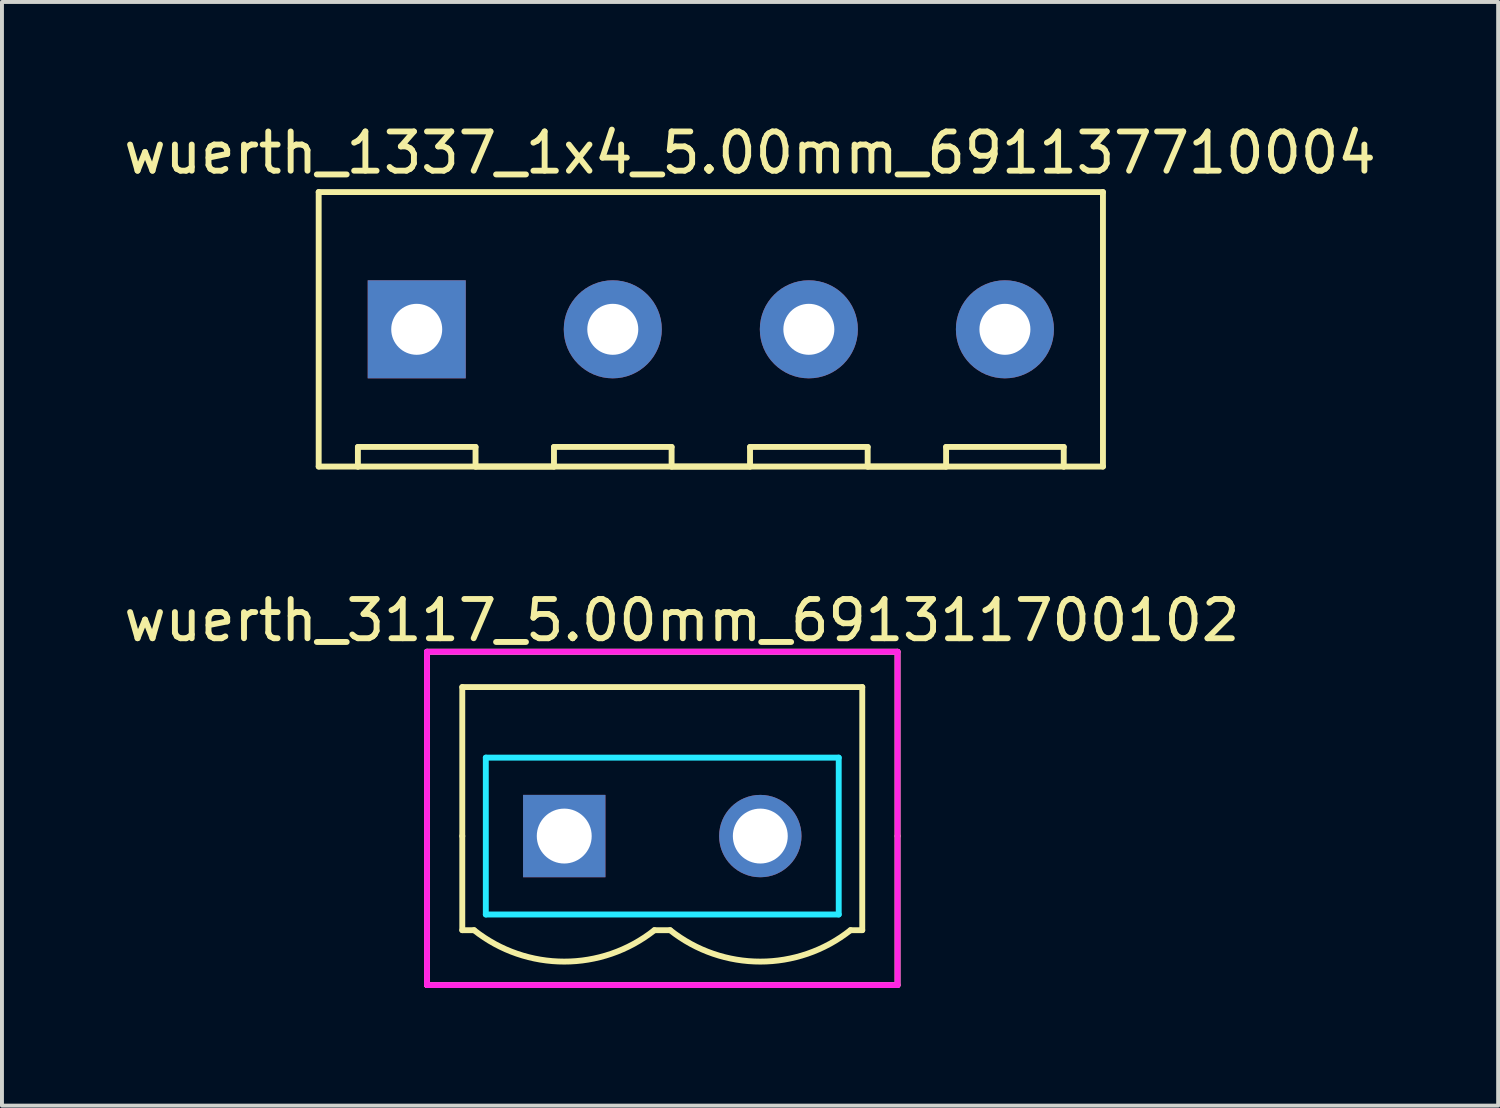
<source format=kicad_pcb>
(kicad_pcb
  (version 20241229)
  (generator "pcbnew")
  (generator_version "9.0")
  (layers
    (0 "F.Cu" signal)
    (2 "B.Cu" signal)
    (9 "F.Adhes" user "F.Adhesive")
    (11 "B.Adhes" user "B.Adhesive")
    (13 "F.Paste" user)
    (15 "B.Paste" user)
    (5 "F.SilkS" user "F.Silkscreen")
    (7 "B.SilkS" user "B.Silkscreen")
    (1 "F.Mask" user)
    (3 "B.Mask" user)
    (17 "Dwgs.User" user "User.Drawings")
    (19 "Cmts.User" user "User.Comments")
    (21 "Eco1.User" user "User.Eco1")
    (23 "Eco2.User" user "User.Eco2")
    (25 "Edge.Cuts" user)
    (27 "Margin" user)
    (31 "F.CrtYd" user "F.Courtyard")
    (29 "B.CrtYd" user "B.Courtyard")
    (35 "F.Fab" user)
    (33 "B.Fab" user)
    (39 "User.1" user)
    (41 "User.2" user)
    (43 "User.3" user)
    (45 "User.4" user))
  (footprint "wuerth_1337_1x4_5.00mm_691137710004"
    (layer "F.Cu")
    (at 7.577 5.348)
    (property "Reference" "wuerth_1337_1x4_5.00mm_691137710004" (at 8.5 -4.5 0) (layer "F.SilkS") (effects (font (size 1 1) (thickness 0.15))))
    (attr through_hole)
    (fp_line (start -2.5 -3.5) (end 17.5 -3.5) (stroke (width 0.15) (type solid)) (layer "F.SilkS"))
    (fp_line (start -2.5 3.5) (end -2.5 -3.5) (stroke (width 0.15) (type solid)) (layer "F.SilkS"))
    (fp_line (start -1.5 3) (end -1.5 3.5) (stroke (width 0.15) (type solid)) (layer "F.SilkS"))
    (fp_line (start -1.5 3.5) (end -2.5 3.5) (stroke (width 0.15) (type solid)) (layer "F.SilkS"))
    (fp_line (start -1.5 3.5) (end 16.5 3.5) (stroke (width 0.15) (type solid)) (layer "F.SilkS"))
    (fp_line (start 1.5 3) (end -1.5 3) (stroke (width 0.15) (type solid)) (layer "F.SilkS"))
    (fp_line (start 1.5 3.5) (end 1.5 3) (stroke (width 0.15) (type solid)) (layer "F.SilkS"))
    (fp_line (start 3.5 3) (end 3.5 3.5) (stroke (width 0.15) (type solid)) (layer "F.SilkS"))
    (fp_line (start 3.5 3.5) (end 1.5 3.5) (stroke (width 0.15) (type solid)) (layer "F.SilkS"))
    (fp_line (start 6.5 3) (end 3.5 3) (stroke (width 0.15) (type solid)) (layer "F.SilkS"))
    (fp_line (start 6.5 3.5) (end 6.5 3) (stroke (width 0.15) (type solid)) (layer "F.SilkS"))
    (fp_line (start 8.5 3) (end 8.5 3.5) (stroke (width 0.15) (type solid)) (layer "F.SilkS"))
    (fp_line (start 8.5 3.5) (end 6.5 3.5) (stroke (width 0.15) (type solid)) (layer "F.SilkS"))
    (fp_line (start 11.5 3) (end 8.5 3) (stroke (width 0.15) (type solid)) (layer "F.SilkS"))
    (fp_line (start 11.5 3.5) (end 11.5 3) (stroke (width 0.15) (type solid)) (layer "F.SilkS"))
    (fp_line (start 13.5 3) (end 13.5 3.5) (stroke (width 0.15) (type solid)) (layer "F.SilkS"))
    (fp_line (start 13.5 3.5) (end 11.5 3.5) (stroke (width 0.15) (type solid)) (layer "F.SilkS"))
    (fp_line (start 16.5 3) (end 13.5 3) (stroke (width 0.15) (type solid)) (layer "F.SilkS"))
    (fp_line (start 16.5 3.5) (end 16.5 3) (stroke (width 0.15) (type solid)) (layer "F.SilkS"))
    (fp_line (start 17.5 -3.5) (end 17.5 3.5) (stroke (width 0.15) (type solid)) (layer "F.SilkS"))
    (fp_line (start 17.5 3.5) (end 16.5 3.5) (stroke (width 0.15) (type solid)) (layer "F.SilkS"))
    (pad "1" thru_hole rect (at 0 0) (size 2.5 2.5) (drill 1.3) (layers "*.Cu" "*.Mask"))
    (pad "2" thru_hole circle (at 5 0) (size 2.5 2.5) (drill 1.3) (layers "*.Cu" "*.Mask"))
    (pad "3" thru_hole circle (at 10 0) (size 2.5 2.5) (drill 1.3) (layers "*.Cu" "*.Mask"))
    (pad "4" thru_hole circle (at 15 0) (size 2.5 2.5) (drill 1.3) (layers "*.Cu" "*.Mask")))
  (footprint "wuerth_3117_5.00mm_691311700102"
    (layer "F.Cu")
    (at 11.339 18.271)
    (property "Reference" "wuerth_3117_5.00mm_691311700102" (at 3 -5.5 0) (layer "F.SilkS") (effects (font (size 1 1) (thickness 0.15))))
    (attr through_hole)
    (fp_line (start -3.5 -4.7) (end -3.5 0) (stroke (width 0.15) (type solid)) (layer "F.SilkS"))
    (fp_line (start -3.5 0) (end -3.5 3.8) (stroke (width 0.15) (type solid)) (layer "F.SilkS"))
    (fp_line (start -3.5 3.8) (end 5 3.8) (stroke (width 0.15) (type solid)) (layer "F.SilkS"))
    (fp_line (start -2.6 -3.8) (end 7.6 -3.8) (stroke (width 0.15) (type solid)) (layer "F.SilkS"))
    (fp_line (start -2.6 0) (end -2.6 -3.8) (stroke (width 0.15) (type solid)) (layer "F.SilkS"))
    (fp_line (start -2.6 0) (end -2.6 2.4) (stroke (width 0.15) (type solid)) (layer "F.SilkS"))
    (fp_line (start -2.6 2.4) (end -2.3 2.4) (stroke (width 0.15) (type solid)) (layer "F.SilkS"))
    (fp_line (start 2.3 2.4) (end 2.7 2.4) (stroke (width 0.15) (type solid)) (layer "F.SilkS"))
    (fp_line (start 5 3.8) (end 8.5 3.8) (stroke (width 0.15) (type solid)) (layer "F.SilkS"))
    (fp_line (start 7.3 2.4) (end 7.6 2.4) (stroke (width 0.15) (type solid)) (layer "F.SilkS"))
    (fp_line (start 7.6 2.4) (end 7.6 -3.8) (stroke (width 0.15) (type solid)) (layer "F.SilkS"))
    (fp_line (start 8.5 -4.7) (end -3.5 -4.7) (stroke (width 0.15) (type solid)) (layer "F.SilkS"))
    (fp_line (start 8.5 0) (end 8.5 -4.7) (stroke (width 0.15) (type solid)) (layer "F.SilkS"))
    (fp_line (start 8.5 3.8) (end 8.5 0) (stroke (width 0.15) (type solid)) (layer "F.SilkS"))
    (fp_arc (start 2.299999 2.4) (mid 0 3.201351) (end -2.299999 2.4) (stroke (width 0.15) (type solid)) (layer "F.SilkS"))
    (fp_arc (start 7.299998 2.4) (mid 4.999999 3.201351) (end 2.7 2.4) (stroke (width 0.15) (type solid)) (layer "F.SilkS"))
    (fp_line (start -2 -2) (end 7 -2) (stroke (width 0.15) (type solid)) (layer "B.CrtYd"))
    (fp_line (start -2 2) (end -2 -2) (stroke (width 0.15) (type solid)) (layer "B.CrtYd"))
    (fp_line (start 7 -2) (end 7 2) (stroke (width 0.15) (type solid)) (layer "B.CrtYd"))
    (fp_line (start 7 2) (end -2 2) (stroke (width 0.15) (type solid)) (layer "B.CrtYd"))
    (fp_line (start -3.5 -4.7) (end 8.5 -4.7) (stroke (width 0.15) (type solid)) (layer "F.CrtYd"))
    (fp_line (start -3.5 3.8) (end -3.5 -4.7) (stroke (width 0.15) (type solid)) (layer "F.CrtYd"))
    (fp_line (start 8.5 -4.7) (end 8.5 3.8) (stroke (width 0.15) (type solid)) (layer "F.CrtYd"))
    (fp_line (start 8.5 3.8) (end -3.5 3.8) (stroke (width 0.15) (type solid)) (layer "F.CrtYd"))
    (pad "1" thru_hole rect (at 0 0) (size 2.1 2.1) (drill 1.4) (layers "*.Cu" "*.Mask"))
    (pad "2" thru_hole circle (at 5 0) (size 2.1 2.1) (drill 1.4) (layers "*.Cu" "*.Mask")))
  (gr_rect
    (start -3 -3)
    (end 35.155 25.146)
    (stroke (width 0.1) (type default))
    (fill no)
    (layer "Edge.Cuts")))
</source>
